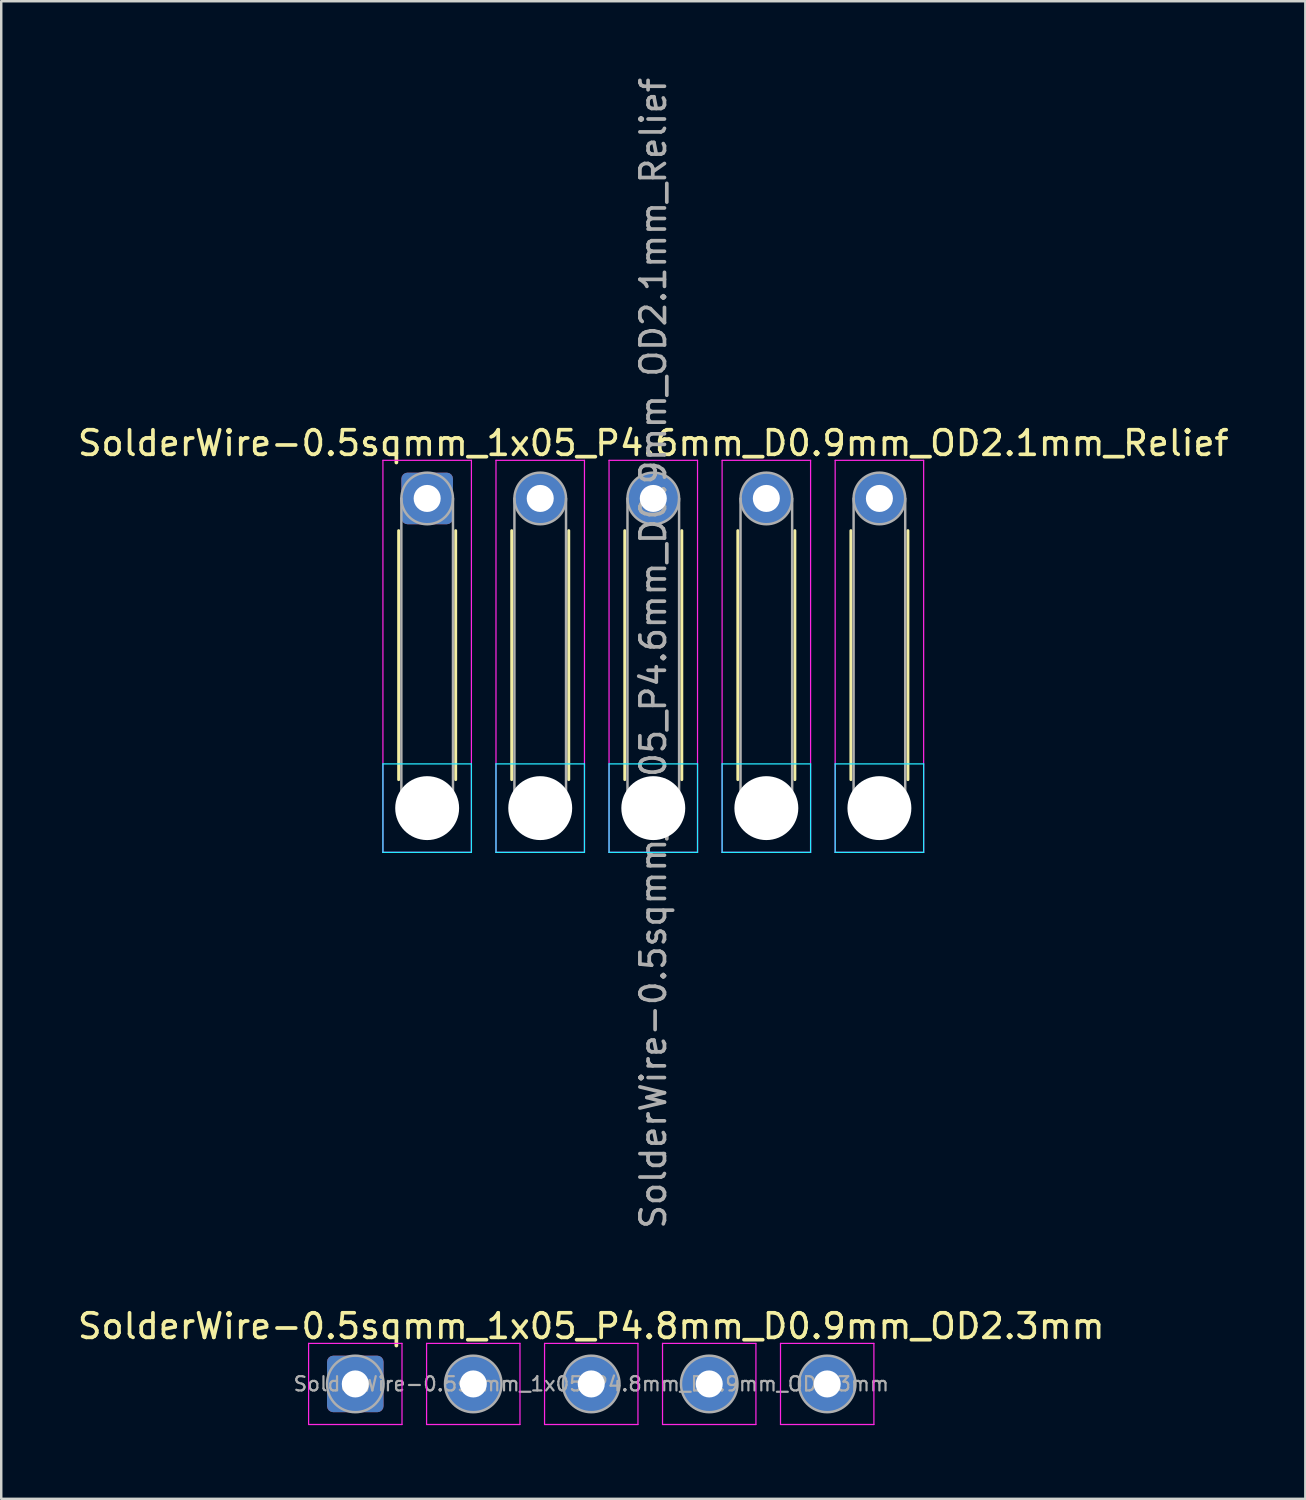
<source format=kicad_pcb>
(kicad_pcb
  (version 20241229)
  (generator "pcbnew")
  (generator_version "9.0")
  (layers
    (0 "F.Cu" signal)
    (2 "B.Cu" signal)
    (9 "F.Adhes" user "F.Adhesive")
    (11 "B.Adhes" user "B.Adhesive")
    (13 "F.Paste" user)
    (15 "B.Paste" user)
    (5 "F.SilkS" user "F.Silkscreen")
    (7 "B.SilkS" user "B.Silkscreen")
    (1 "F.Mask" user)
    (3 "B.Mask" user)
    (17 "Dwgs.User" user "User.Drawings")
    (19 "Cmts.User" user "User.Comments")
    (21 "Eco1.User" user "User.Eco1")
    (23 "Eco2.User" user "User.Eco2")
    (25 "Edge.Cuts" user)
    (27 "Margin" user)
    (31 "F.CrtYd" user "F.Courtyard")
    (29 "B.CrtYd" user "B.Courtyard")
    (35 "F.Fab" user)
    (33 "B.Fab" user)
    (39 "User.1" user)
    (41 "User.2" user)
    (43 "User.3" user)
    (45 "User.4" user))
  (footprint "SolderWire-0.5sqmm_1x05_P4.6mm_D0.9mm_OD2.1mm_Relief"
    (layer "F.Cu")
    (at 14.33 17.23)
    (property "Reference" "SolderWire-0.5sqmm_1x05_P4.6mm_D0.9mm_OD2.1mm_Relief" (at 9.2 -2.25 0) (layer "F.SilkS") (effects (font (size 1 1) (thickness 0.15))))
    (attr exclude_from_pos_files exclude_from_bom)
    (fp_line (start -1.16 1.31) (end -1.16 11.44) (stroke (width 0.12) (type solid)) (layer "F.SilkS"))
    (fp_line (start 1.16 1.31) (end 1.16 11.44) (stroke (width 0.12) (type solid)) (layer "F.SilkS"))
    (fp_line (start 3.44 1.31) (end 3.44 11.44) (stroke (width 0.12) (type solid)) (layer "F.SilkS"))
    (fp_line (start 5.76 1.31) (end 5.76 11.44) (stroke (width 0.12) (type solid)) (layer "F.SilkS"))
    (fp_line (start 8.04 1.31) (end 8.04 11.44) (stroke (width 0.12) (type solid)) (layer "F.SilkS"))
    (fp_line (start 10.36 1.31) (end 10.36 11.44) (stroke (width 0.12) (type solid)) (layer "F.SilkS"))
    (fp_line (start 12.64 1.31) (end 12.64 11.44) (stroke (width 0.12) (type solid)) (layer "F.SilkS"))
    (fp_line (start 14.96 1.31) (end 14.96 11.44) (stroke (width 0.12) (type solid)) (layer "F.SilkS"))
    (fp_line (start 17.24 1.31) (end 17.24 11.44) (stroke (width 0.12) (type solid)) (layer "F.SilkS"))
    (fp_line (start 19.56 1.31) (end 19.56 11.44) (stroke (width 0.12) (type solid)) (layer "F.SilkS"))
    (fp_line (start -1.8 10.8) (end -1.8 14.4) (stroke (width 0.05) (type solid)) (layer "B.CrtYd"))
    (fp_line (start -1.8 14.4) (end 1.8 14.4) (stroke (width 0.05) (type solid)) (layer "B.CrtYd"))
    (fp_line (start 1.8 10.8) (end -1.8 10.8) (stroke (width 0.05) (type solid)) (layer "B.CrtYd"))
    (fp_line (start 1.8 14.4) (end 1.8 10.8) (stroke (width 0.05) (type solid)) (layer "B.CrtYd"))
    (fp_line (start 2.8 10.8) (end 2.8 14.4) (stroke (width 0.05) (type solid)) (layer "B.CrtYd"))
    (fp_line (start 2.8 14.4) (end 6.4 14.4) (stroke (width 0.05) (type solid)) (layer "B.CrtYd"))
    (fp_line (start 6.4 10.8) (end 2.8 10.8) (stroke (width 0.05) (type solid)) (layer "B.CrtYd"))
    (fp_line (start 6.4 14.4) (end 6.4 10.8) (stroke (width 0.05) (type solid)) (layer "B.CrtYd"))
    (fp_line (start 7.4 10.8) (end 7.4 14.4) (stroke (width 0.05) (type solid)) (layer "B.CrtYd"))
    (fp_line (start 7.4 14.4) (end 11 14.4) (stroke (width 0.05) (type solid)) (layer "B.CrtYd"))
    (fp_line (start 11 10.8) (end 7.4 10.8) (stroke (width 0.05) (type solid)) (layer "B.CrtYd"))
    (fp_line (start 11 14.4) (end 11 10.8) (stroke (width 0.05) (type solid)) (layer "B.CrtYd"))
    (fp_line (start 12 10.8) (end 12 14.4) (stroke (width 0.05) (type solid)) (layer "B.CrtYd"))
    (fp_line (start 12 14.4) (end 15.6 14.4) (stroke (width 0.05) (type solid)) (layer "B.CrtYd"))
    (fp_line (start 15.6 10.8) (end 12 10.8) (stroke (width 0.05) (type solid)) (layer "B.CrtYd"))
    (fp_line (start 15.6 14.4) (end 15.6 10.8) (stroke (width 0.05) (type solid)) (layer "B.CrtYd"))
    (fp_line (start 16.6 10.8) (end 16.6 14.4) (stroke (width 0.05) (type solid)) (layer "B.CrtYd"))
    (fp_line (start 16.6 14.4) (end 20.2 14.4) (stroke (width 0.05) (type solid)) (layer "B.CrtYd"))
    (fp_line (start 20.2 10.8) (end 16.6 10.8) (stroke (width 0.05) (type solid)) (layer "B.CrtYd"))
    (fp_line (start 20.2 14.4) (end 20.2 10.8) (stroke (width 0.05) (type solid)) (layer "B.CrtYd"))
    (fp_line (start -1.8 -1.55) (end -1.8 14.4) (stroke (width 0.05) (type solid)) (layer "F.CrtYd"))
    (fp_line (start -1.8 14.4) (end 1.8 14.4) (stroke (width 0.05) (type solid)) (layer "F.CrtYd"))
    (fp_line (start 1.8 -1.55) (end -1.8 -1.55) (stroke (width 0.05) (type solid)) (layer "F.CrtYd"))
    (fp_line (start 1.8 14.4) (end 1.8 -1.55) (stroke (width 0.05) (type solid)) (layer "F.CrtYd"))
    (fp_line (start 2.8 -1.55) (end 2.8 14.4) (stroke (width 0.05) (type solid)) (layer "F.CrtYd"))
    (fp_line (start 2.8 14.4) (end 6.4 14.4) (stroke (width 0.05) (type solid)) (layer "F.CrtYd"))
    (fp_line (start 6.4 -1.55) (end 2.8 -1.55) (stroke (width 0.05) (type solid)) (layer "F.CrtYd"))
    (fp_line (start 6.4 14.4) (end 6.4 -1.55) (stroke (width 0.05) (type solid)) (layer "F.CrtYd"))
    (fp_line (start 7.4 -1.55) (end 7.4 14.4) (stroke (width 0.05) (type solid)) (layer "F.CrtYd"))
    (fp_line (start 7.4 14.4) (end 11 14.4) (stroke (width 0.05) (type solid)) (layer "F.CrtYd"))
    (fp_line (start 11 -1.55) (end 7.4 -1.55) (stroke (width 0.05) (type solid)) (layer "F.CrtYd"))
    (fp_line (start 11 14.4) (end 11 -1.55) (stroke (width 0.05) (type solid)) (layer "F.CrtYd"))
    (fp_line (start 12 -1.55) (end 12 14.4) (stroke (width 0.05) (type solid)) (layer "F.CrtYd"))
    (fp_line (start 12 14.4) (end 15.6 14.4) (stroke (width 0.05) (type solid)) (layer "F.CrtYd"))
    (fp_line (start 15.6 -1.55) (end 12 -1.55) (stroke (width 0.05) (type solid)) (layer "F.CrtYd"))
    (fp_line (start 15.6 14.4) (end 15.6 -1.55) (stroke (width 0.05) (type solid)) (layer "F.CrtYd"))
    (fp_line (start 16.6 -1.55) (end 16.6 14.4) (stroke (width 0.05) (type solid)) (layer "F.CrtYd"))
    (fp_line (start 16.6 14.4) (end 20.2 14.4) (stroke (width 0.05) (type solid)) (layer "F.CrtYd"))
    (fp_line (start 20.2 -1.55) (end 16.6 -1.55) (stroke (width 0.05) (type solid)) (layer "F.CrtYd"))
    (fp_line (start 20.2 14.4) (end 20.2 -1.55) (stroke (width 0.05) (type solid)) (layer "F.CrtYd"))
    (fp_line (start -1.05 0) (end -1.05 12.6) (stroke (width 0.1) (type solid)) (layer "F.Fab"))
    (fp_line (start 1.05 0) (end 1.05 12.6) (stroke (width 0.1) (type solid)) (layer "F.Fab"))
    (fp_line (start 3.55 0) (end 3.55 12.6) (stroke (width 0.1) (type solid)) (layer "F.Fab"))
    (fp_line (start 5.65 0) (end 5.65 12.6) (stroke (width 0.1) (type solid)) (layer "F.Fab"))
    (fp_line (start 8.15 0) (end 8.15 12.6) (stroke (width 0.1) (type solid)) (layer "F.Fab"))
    (fp_line (start 10.25 0) (end 10.25 12.6) (stroke (width 0.1) (type solid)) (layer "F.Fab"))
    (fp_line (start 12.75 0) (end 12.75 12.6) (stroke (width 0.1) (type solid)) (layer "F.Fab"))
    (fp_line (start 14.85 0) (end 14.85 12.6) (stroke (width 0.1) (type solid)) (layer "F.Fab"))
    (fp_line (start 17.35 0) (end 17.35 12.6) (stroke (width 0.1) (type solid)) (layer "F.Fab"))
    (fp_line (start 19.45 0) (end 19.45 12.6) (stroke (width 0.1) (type solid)) (layer "F.Fab"))
    (fp_circle (center 0 0) (end 1.05 0) (stroke (width 0.1) (type solid)) (fill no) (layer "F.Fab"))
    (fp_circle (center 0 12.6) (end 1.05 12.6) (stroke (width 0.1) (type solid)) (fill no) (layer "F.Fab"))
    (fp_circle (center 4.6 0) (end 5.65 0) (stroke (width 0.1) (type solid)) (fill no) (layer "F.Fab"))
    (fp_circle (center 4.6 12.6) (end 5.65 12.6) (stroke (width 0.1) (type solid)) (fill no) (layer "F.Fab"))
    (fp_circle (center 9.2 0) (end 10.25 0) (stroke (width 0.1) (type solid)) (fill no) (layer "F.Fab"))
    (fp_circle (center 9.2 12.6) (end 10.25 12.6) (stroke (width 0.1) (type solid)) (fill no) (layer "F.Fab"))
    (fp_circle (center 13.8 0) (end 14.85 0) (stroke (width 0.1) (type solid)) (fill no) (layer "F.Fab"))
    (fp_circle (center 13.8 12.6) (end 14.85 12.6) (stroke (width 0.1) (type solid)) (fill no) (layer "F.Fab"))
    (fp_circle (center 18.4 0) (end 19.45 0) (stroke (width 0.1) (type solid)) (fill no) (layer "F.Fab"))
    (fp_circle (center 18.4 12.6) (end 19.45 12.6) (stroke (width 0.1) (type solid)) (fill no) (layer "F.Fab"))
    (fp_text user "${REFERENCE}" (at 9.2 6.3 90) (layer "F.Fab") (effects (font (size 1 1) (thickness 0.15))))
    (pad "" np_thru_hole circle (at 0 12.6) (size 2.6 2.6) (drill 2.6) (layers "*.Cu" "*.Mask"))
    (pad "" np_thru_hole circle (at 4.6 12.6) (size 2.6 2.6) (drill 2.6) (layers "*.Cu" "*.Mask"))
    (pad "" np_thru_hole circle (at 9.2 12.6) (size 2.6 2.6) (drill 2.6) (layers "*.Cu" "*.Mask"))
    (pad "" np_thru_hole circle (at 13.8 12.6) (size 2.6 2.6) (drill 2.6) (layers "*.Cu" "*.Mask"))
    (pad "" np_thru_hole circle (at 18.4 12.6) (size 2.6 2.6) (drill 2.6) (layers "*.Cu" "*.Mask"))
    (pad "1" thru_hole roundrect (at 0 0) (size 2.1 2.1) (drill 1.1) (layers "*.Cu" "*.Mask") (roundrect_rratio 0.119))
    (pad "2" thru_hole circle (at 4.6 0) (size 2.1 2.1) (drill 1.1) (layers "*.Cu" "*.Mask"))
    (pad "3" thru_hole circle (at 9.2 0) (size 2.1 2.1) (drill 1.1) (layers "*.Cu" "*.Mask"))
    (pad "4" thru_hole circle (at 13.8 0) (size 2.1 2.1) (drill 1.1) (layers "*.Cu" "*.Mask"))
    (pad "5" thru_hole circle (at 18.4 0) (size 2.1 2.1) (drill 1.1) (layers "*.Cu" "*.Mask")))
  (footprint "SolderWire-0.5sqmm_1x05_P4.8mm_D0.9mm_OD2.3mm"
    (layer "F.Cu")
    (at 11.406 53.258)
    (property "Reference" "SolderWire-0.5sqmm_1x05_P4.8mm_D0.9mm_OD2.3mm" (at 9.6 -2.35 0) (layer "F.SilkS") (effects (font (size 1 1) (thickness 0.15))))
    (attr exclude_from_pos_files exclude_from_bom)
    (fp_line (start -1.9 -1.65) (end -1.9 1.65) (stroke (width 0.05) (type solid)) (layer "F.CrtYd"))
    (fp_line (start -1.9 1.65) (end 1.9 1.65) (stroke (width 0.05) (type solid)) (layer "F.CrtYd"))
    (fp_line (start 1.9 -1.65) (end -1.9 -1.65) (stroke (width 0.05) (type solid)) (layer "F.CrtYd"))
    (fp_line (start 1.9 1.65) (end 1.9 -1.65) (stroke (width 0.05) (type solid)) (layer "F.CrtYd"))
    (fp_line (start 2.9 -1.65) (end 2.9 1.65) (stroke (width 0.05) (type solid)) (layer "F.CrtYd"))
    (fp_line (start 2.9 1.65) (end 6.7 1.65) (stroke (width 0.05) (type solid)) (layer "F.CrtYd"))
    (fp_line (start 6.7 -1.65) (end 2.9 -1.65) (stroke (width 0.05) (type solid)) (layer "F.CrtYd"))
    (fp_line (start 6.7 1.65) (end 6.7 -1.65) (stroke (width 0.05) (type solid)) (layer "F.CrtYd"))
    (fp_line (start 7.7 -1.65) (end 7.7 1.65) (stroke (width 0.05) (type solid)) (layer "F.CrtYd"))
    (fp_line (start 7.7 1.65) (end 11.5 1.65) (stroke (width 0.05) (type solid)) (layer "F.CrtYd"))
    (fp_line (start 11.5 -1.65) (end 7.7 -1.65) (stroke (width 0.05) (type solid)) (layer "F.CrtYd"))
    (fp_line (start 11.5 1.65) (end 11.5 -1.65) (stroke (width 0.05) (type solid)) (layer "F.CrtYd"))
    (fp_line (start 12.5 -1.65) (end 12.5 1.65) (stroke (width 0.05) (type solid)) (layer "F.CrtYd"))
    (fp_line (start 12.5 1.65) (end 16.3 1.65) (stroke (width 0.05) (type solid)) (layer "F.CrtYd"))
    (fp_line (start 16.3 -1.65) (end 12.5 -1.65) (stroke (width 0.05) (type solid)) (layer "F.CrtYd"))
    (fp_line (start 16.3 1.65) (end 16.3 -1.65) (stroke (width 0.05) (type solid)) (layer "F.CrtYd"))
    (fp_line (start 17.3 -1.65) (end 17.3 1.65) (stroke (width 0.05) (type solid)) (layer "F.CrtYd"))
    (fp_line (start 17.3 1.65) (end 21.1 1.65) (stroke (width 0.05) (type solid)) (layer "F.CrtYd"))
    (fp_line (start 21.1 -1.65) (end 17.3 -1.65) (stroke (width 0.05) (type solid)) (layer "F.CrtYd"))
    (fp_line (start 21.1 1.65) (end 21.1 -1.65) (stroke (width 0.05) (type solid)) (layer "F.CrtYd"))
    (fp_circle (center 0 0) (end 1.15 0) (stroke (width 0.1) (type solid)) (fill no) (layer "F.Fab"))
    (fp_circle (center 4.8 0) (end 5.95 0) (stroke (width 0.1) (type solid)) (fill no) (layer "F.Fab"))
    (fp_circle (center 9.6 0) (end 10.75 0) (stroke (width 0.1) (type solid)) (fill no) (layer "F.Fab"))
    (fp_circle (center 14.4 0) (end 15.55 0) (stroke (width 0.1) (type solid)) (fill no) (layer "F.Fab"))
    (fp_circle (center 19.2 0) (end 20.35 0) (stroke (width 0.1) (type solid)) (fill no) (layer "F.Fab"))
    (fp_text user "${REFERENCE}" (at 9.6 0 0) (layer "F.Fab") (effects (font (size 0.58 0.58) (thickness 0.09))))
    (pad "1" thru_hole roundrect (at 0 0) (size 2.3 2.3) (drill 1.1) (layers "*.Cu" "*.Mask") (roundrect_rratio 0.109))
    (pad "2" thru_hole circle (at 4.8 0) (size 2.3 2.3) (drill 1.1) (layers "*.Cu" "*.Mask"))
    (pad "3" thru_hole circle (at 9.6 0) (size 2.3 2.3) (drill 1.1) (layers "*.Cu" "*.Mask"))
    (pad "4" thru_hole circle (at 14.4 0) (size 2.3 2.3) (drill 1.1) (layers "*.Cu" "*.Mask"))
    (pad "5" thru_hole circle (at 19.2 0) (size 2.3 2.3) (drill 1.1) (layers "*.Cu" "*.Mask")))
  (gr_rect
    (start -3 -3)
    (end 50.06 57.933)
    (stroke (width 0.1) (type default))
    (fill no)
    (layer "Edge.Cuts")))
</source>
